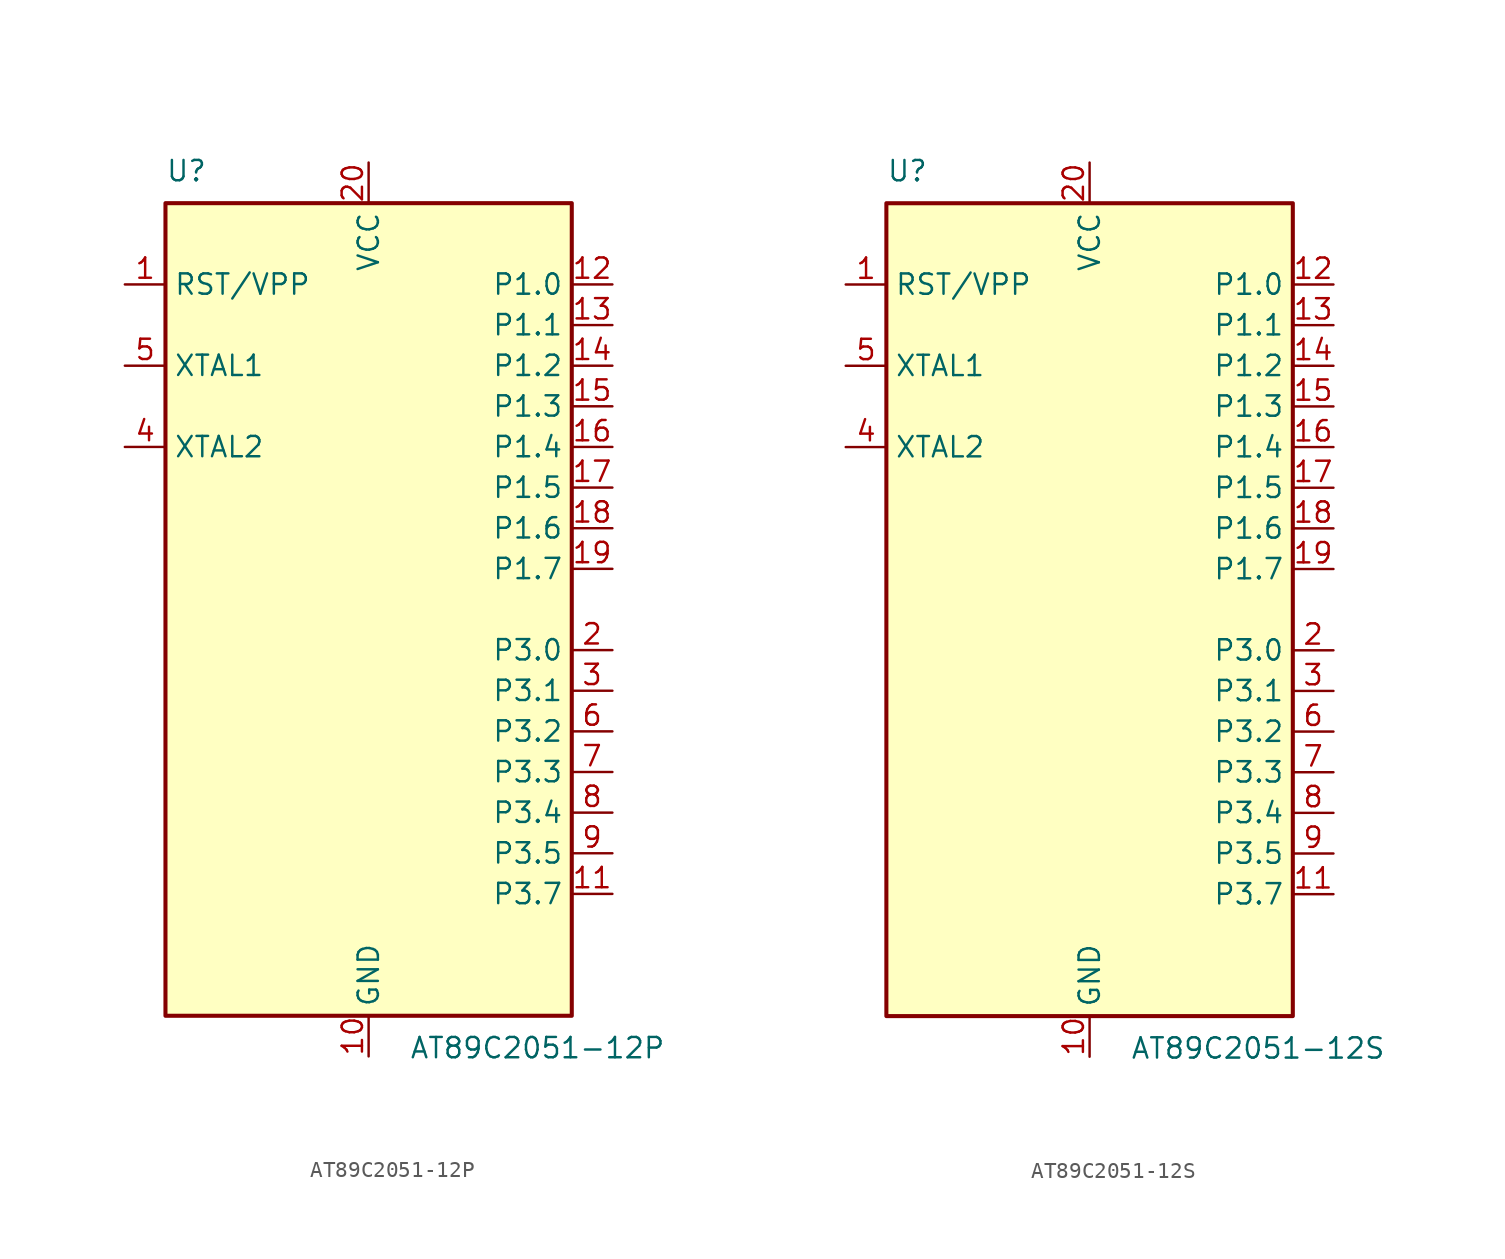
<source format=kicad_sym>
(kicad_symbol_lib
  (version 20220914)
  (generator kicad_symbol_editor)
  (symbol "AT89C2051-12P"
    (property "Reference" "U"
      (at -12.7 26.67 0)
      (effects (font (size 1.27 1.27)) (justify left bottom)))
    (property "Value" "AT89C2051-12P"
      (at 2.54 -26.67 0)
      (effects (font (size 1.27 1.27)) (justify left top)))
    (symbol "AT89C2051-12P_0_1"
      (rectangle (start -12.7 -25.4) (end 12.7 25.4) (stroke (width 0.254) (type default)) (fill (type background))))
    (symbol "AT89C2051-12P_1_1"
      (pin input line (at -15.24 20.32 0) (length 2.54) (name "RST/VPP" (effects (font (size 1.27 1.27)))) (number "1" (effects (font (size 1.27 1.27)))))
      (pin power_in line (at 0 -27.94 90) (length 2.54) (name "GND" (effects (font (size 1.27 1.27)))) (number "10" (effects (font (size 1.27 1.27)))))
      (pin bidirectional line (at 15.24 -17.78 180) (length 2.54) (name "P3.7" (effects (font (size 1.27 1.27)))) (number "11" (effects (font (size 1.27 1.27)))))
      (pin bidirectional line (at 15.24 20.32 180) (length 2.54) (name "P1.0" (effects (font (size 1.27 1.27)))) (number "12" (effects (font (size 1.27 1.27)))))
      (pin bidirectional line (at 15.24 17.78 180) (length 2.54) (name "P1.1" (effects (font (size 1.27 1.27)))) (number "13" (effects (font (size 1.27 1.27)))))
      (pin bidirectional line (at 15.24 15.24 180) (length 2.54) (name "P1.2" (effects (font (size 1.27 1.27)))) (number "14" (effects (font (size 1.27 1.27)))))
      (pin bidirectional line (at 15.24 12.7 180) (length 2.54) (name "P1.3" (effects (font (size 1.27 1.27)))) (number "15" (effects (font (size 1.27 1.27)))))
      (pin bidirectional line (at 15.24 10.16 180) (length 2.54) (name "P1.4" (effects (font (size 1.27 1.27)))) (number "16" (effects (font (size 1.27 1.27)))))
      (pin bidirectional line (at 15.24 7.62 180) (length 2.54) (name "P1.5" (effects (font (size 1.27 1.27)))) (number "17" (effects (font (size 1.27 1.27)))))
      (pin bidirectional line (at 15.24 5.08 180) (length 2.54) (name "P1.6" (effects (font (size 1.27 1.27)))) (number "18" (effects (font (size 1.27 1.27)))))
      (pin bidirectional line (at 15.24 2.54 180) (length 2.54) (name "P1.7" (effects (font (size 1.27 1.27)))) (number "19" (effects (font (size 1.27 1.27)))))
      (pin bidirectional line (at 15.24 -2.54 180) (length 2.54) (name "P3.0" (effects (font (size 1.27 1.27)))) (number "2" (effects (font (size 1.27 1.27)))))
      (pin power_in line (at 0 27.94 270) (length 2.54) (name "VCC" (effects (font (size 1.27 1.27)))) (number "20" (effects (font (size 1.27 1.27)))))
      (pin bidirectional line (at 15.24 -5.08 180) (length 2.54) (name "P3.1" (effects (font (size 1.27 1.27)))) (number "3" (effects (font (size 1.27 1.27)))))
      (pin output line (at -15.24 10.16 0) (length 2.54) (name "XTAL2" (effects (font (size 1.27 1.27)))) (number "4" (effects (font (size 1.27 1.27)))))
      (pin input line (at -15.24 15.24 0) (length 2.54) (name "XTAL1" (effects (font (size 1.27 1.27)))) (number "5" (effects (font (size 1.27 1.27)))))
      (pin bidirectional line (at 15.24 -7.62 180) (length 2.54) (name "P3.2" (effects (font (size 1.27 1.27)))) (number "6" (effects (font (size 1.27 1.27)))))
      (pin bidirectional line (at 15.24 -10.16 180) (length 2.54) (name "P3.3" (effects (font (size 1.27 1.27)))) (number "7" (effects (font (size 1.27 1.27)))))
      (pin bidirectional line (at 15.24 -12.7 180) (length 2.54) (name "P3.4" (effects (font (size 1.27 1.27)))) (number "8" (effects (font (size 1.27 1.27)))))
      (pin bidirectional line (at 15.24 -15.24 180) (length 2.54) (name "P3.5" (effects (font (size 1.27 1.27)))) (number "9" (effects (font (size 1.27 1.27)))))))
  (symbol "AT89C2051-12S"
    (property "Reference" "U"
      (at -12.7 26.67 0)
      (effects (font (size 1.27 1.27)) (justify left bottom)))
    (property "Value" "AT89C2051-12S"
      (at 2.54 -26.67 0)
      (effects (font (size 1.27 1.27)) (justify left top)))
    (symbol "AT89C2051-12S_0_1"
      (rectangle (start -12.7 -25.4) (end 12.7 25.4) (stroke (width 0.254) (type default)) (fill (type background))))
    (symbol "AT89C2051-12S_1_1"
      (pin input line (at -15.24 20.32 0) (length 2.54) (name "RST/VPP" (effects (font (size 1.27 1.27)))) (number "1" (effects (font (size 1.27 1.27)))))
      (pin power_in line (at 0 -27.94 90) (length 2.54) (name "GND" (effects (font (size 1.27 1.27)))) (number "10" (effects (font (size 1.27 1.27)))))
      (pin bidirectional line (at 15.24 -17.78 180) (length 2.54) (name "P3.7" (effects (font (size 1.27 1.27)))) (number "11" (effects (font (size 1.27 1.27)))))
      (pin bidirectional line (at 15.24 20.32 180) (length 2.54) (name "P1.0" (effects (font (size 1.27 1.27)))) (number "12" (effects (font (size 1.27 1.27)))))
      (pin bidirectional line (at 15.24 17.78 180) (length 2.54) (name "P1.1" (effects (font (size 1.27 1.27)))) (number "13" (effects (font (size 1.27 1.27)))))
      (pin bidirectional line (at 15.24 15.24 180) (length 2.54) (name "P1.2" (effects (font (size 1.27 1.27)))) (number "14" (effects (font (size 1.27 1.27)))))
      (pin bidirectional line (at 15.24 12.7 180) (length 2.54) (name "P1.3" (effects (font (size 1.27 1.27)))) (number "15" (effects (font (size 1.27 1.27)))))
      (pin bidirectional line (at 15.24 10.16 180) (length 2.54) (name "P1.4" (effects (font (size 1.27 1.27)))) (number "16" (effects (font (size 1.27 1.27)))))
      (pin bidirectional line (at 15.24 7.62 180) (length 2.54) (name "P1.5" (effects (font (size 1.27 1.27)))) (number "17" (effects (font (size 1.27 1.27)))))
      (pin bidirectional line (at 15.24 5.08 180) (length 2.54) (name "P1.6" (effects (font (size 1.27 1.27)))) (number "18" (effects (font (size 1.27 1.27)))))
      (pin bidirectional line (at 15.24 2.54 180) (length 2.54) (name "P1.7" (effects (font (size 1.27 1.27)))) (number "19" (effects (font (size 1.27 1.27)))))
      (pin bidirectional line (at 15.24 -2.54 180) (length 2.54) (name "P3.0" (effects (font (size 1.27 1.27)))) (number "2" (effects (font (size 1.27 1.27)))))
      (pin power_in line (at 0 27.94 270) (length 2.54) (name "VCC" (effects (font (size 1.27 1.27)))) (number "20" (effects (font (size 1.27 1.27)))))
      (pin bidirectional line (at 15.24 -5.08 180) (length 2.54) (name "P3.1" (effects (font (size 1.27 1.27)))) (number "3" (effects (font (size 1.27 1.27)))))
      (pin output line (at -15.24 10.16 0) (length 2.54) (name "XTAL2" (effects (font (size 1.27 1.27)))) (number "4" (effects (font (size 1.27 1.27)))))
      (pin input line (at -15.24 15.24 0) (length 2.54) (name "XTAL1" (effects (font (size 1.27 1.27)))) (number "5" (effects (font (size 1.27 1.27)))))
      (pin bidirectional line (at 15.24 -7.62 180) (length 2.54) (name "P3.2" (effects (font (size 1.27 1.27)))) (number "6" (effects (font (size 1.27 1.27)))))
      (pin bidirectional line (at 15.24 -10.16 180) (length 2.54) (name "P3.3" (effects (font (size 1.27 1.27)))) (number "7" (effects (font (size 1.27 1.27)))))
      (pin bidirectional line (at 15.24 -12.7 180) (length 2.54) (name "P3.4" (effects (font (size 1.27 1.27)))) (number "8" (effects (font (size 1.27 1.27)))))
      (pin bidirectional line (at 15.24 -15.24 180) (length 2.54) (name "P3.5" (effects (font (size 1.27 1.27)))) (number "9" (effects (font (size 1.27 1.27))))))))
</source>
